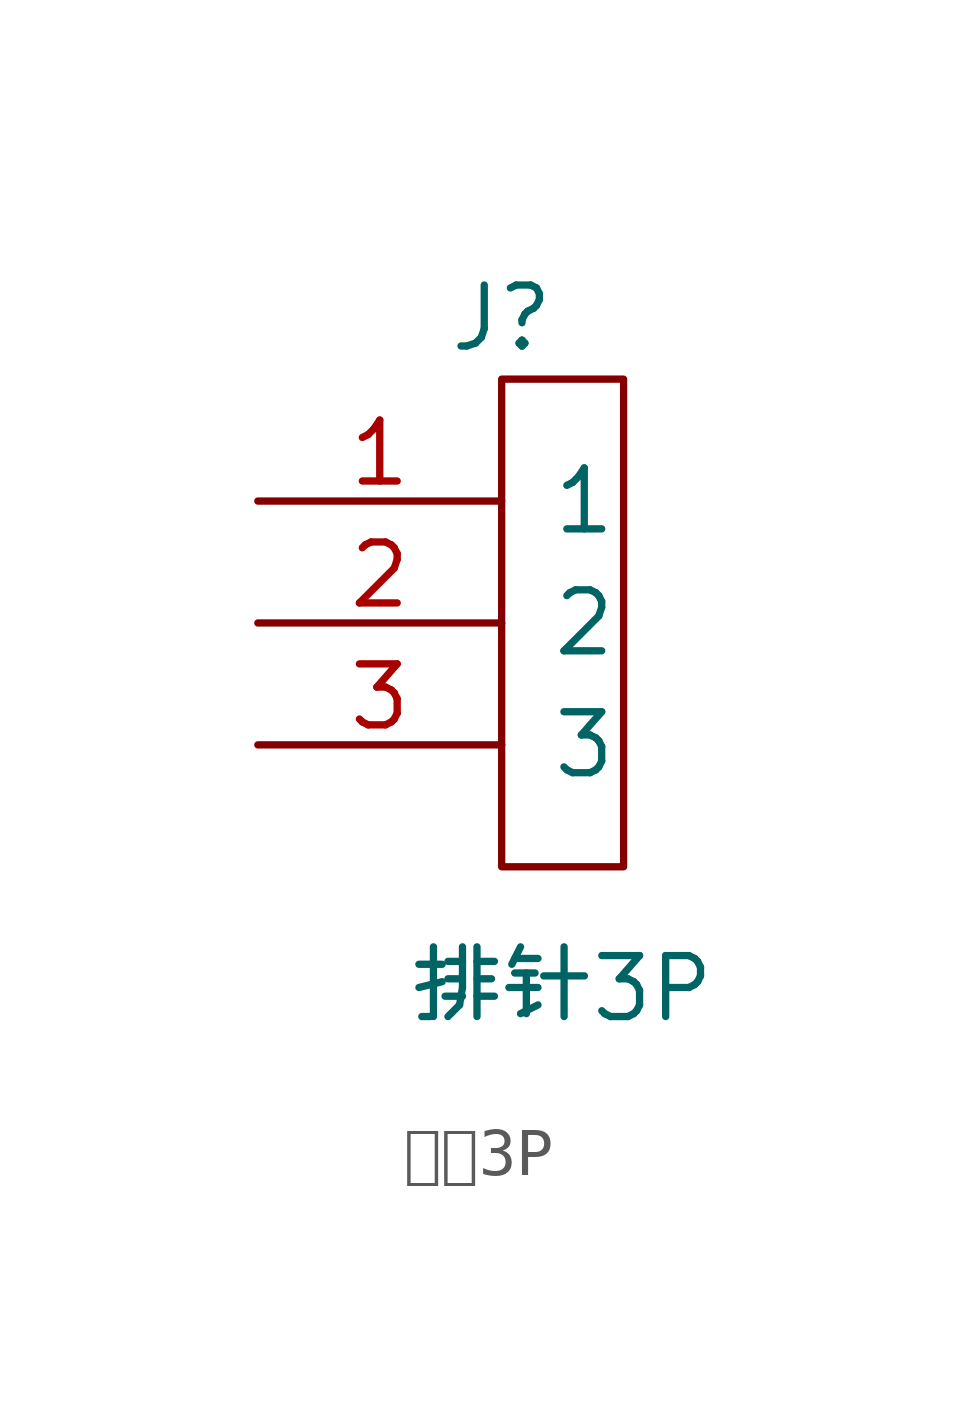
<source format=kicad_sym>
(kicad_symbol_lib
  (version 20211014)
  (generator kicad_symbol_editor)
  (symbol "排针3P"
    (pin_names
      (offset 1.016))
    (property "Reference" "J"
      (at -1.27 6.35 0)
      (effects (font (size 1.27 1.27))))
    (property "Value" "排针3P"
      (at 0 -7.62 0)
      (effects (font (size 1.27 1.27))))
    (symbol "排针3P_1_1"
      (rectangle (start -1.27 5.08) (end 1.27 -5.08) (stroke (width 0.152) (type default) (color 0 0 0 0)) (fill (type none)))
      (pin input line (at -6.35 2.54 0) (length 5.08) (name "1" (effects (font (size 1.27 1.27)))) (number "1" (effects (font (size 1.27 1.27)))))
      (pin input line (at -6.35 0 0) (length 5.08) (name "2" (effects (font (size 1.27 1.27)))) (number "2" (effects (font (size 1.27 1.27)))))
      (pin input line (at -6.35 -2.54 0) (length 5.08) (name "3" (effects (font (size 1.27 1.27)))) (number "3" (effects (font (size 1.27 1.27))))))))
</source>
